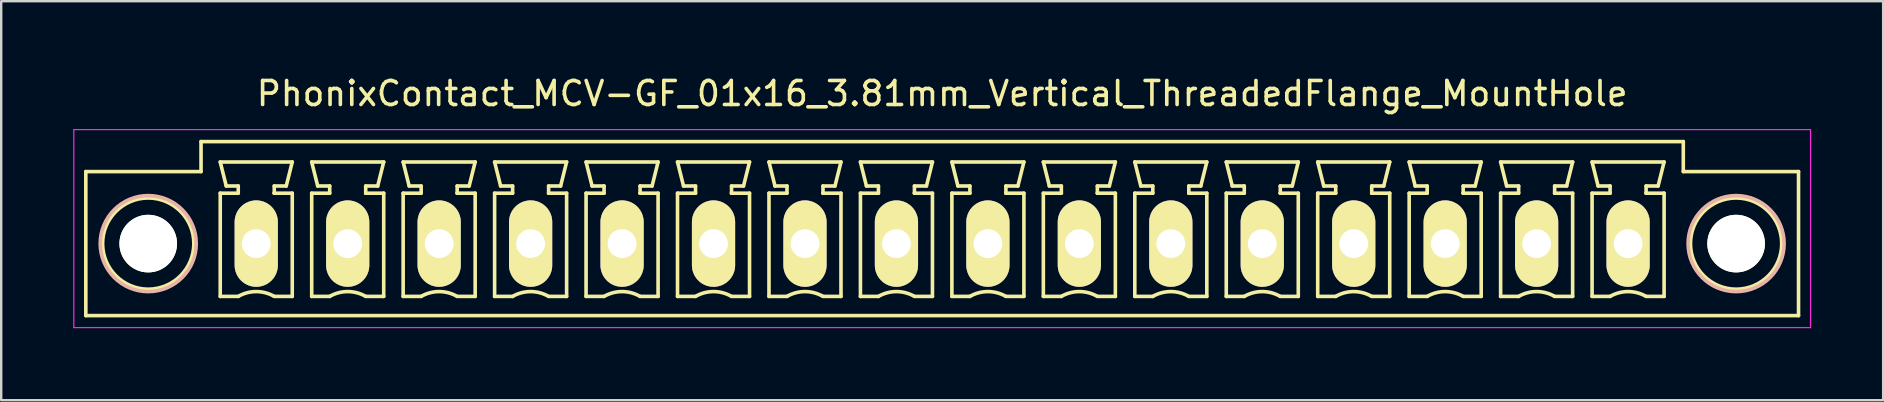
<source format=kicad_pcb>
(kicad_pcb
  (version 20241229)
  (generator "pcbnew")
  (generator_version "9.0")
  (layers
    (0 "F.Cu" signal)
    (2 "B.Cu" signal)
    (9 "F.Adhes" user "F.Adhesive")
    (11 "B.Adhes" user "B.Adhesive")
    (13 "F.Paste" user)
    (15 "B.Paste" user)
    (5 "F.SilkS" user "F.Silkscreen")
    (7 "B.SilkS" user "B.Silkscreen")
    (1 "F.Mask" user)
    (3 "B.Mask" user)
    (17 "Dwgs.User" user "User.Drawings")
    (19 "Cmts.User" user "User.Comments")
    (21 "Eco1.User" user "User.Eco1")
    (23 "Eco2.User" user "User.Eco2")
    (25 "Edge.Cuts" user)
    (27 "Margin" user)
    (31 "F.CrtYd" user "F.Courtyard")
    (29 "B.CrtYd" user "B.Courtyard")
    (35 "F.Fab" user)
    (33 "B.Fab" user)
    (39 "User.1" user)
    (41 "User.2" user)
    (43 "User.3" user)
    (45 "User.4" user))
  (footprint "PhonixContact_MCV-GF_01x16_3.81mm_Vertical_ThreadedFlange_MountHole"
    (layer "F.Cu")
    (at 7.625 7.098)
    (property "Reference" "PhonixContact_MCV-GF_01x16_3.81mm_Vertical_ThreadedFlange_MountHole" (at 28.575 -6.25 0) (layer "F.SilkS") (effects (font (size 1 1) (thickness 0.15))))
    (attr through_hole)
    (fp_line (start -7.1 -3) (end -7.1 3) (stroke (width 0.15) (type solid)) (layer "F.SilkS"))
    (fp_line (start -7.1 3) (end 64.25 3) (stroke (width 0.15) (type solid)) (layer "F.SilkS"))
    (fp_line (start -2.3 -4.25) (end -2.3 -3) (stroke (width 0.15) (type solid)) (layer "F.SilkS"))
    (fp_line (start -2.3 -3) (end -7.1 -3) (stroke (width 0.15) (type solid)) (layer "F.SilkS"))
    (fp_line (start -1.5 -3.4) (end 1.5 -3.4) (stroke (width 0.15) (type solid)) (layer "F.SilkS"))
    (fp_line (start -1.5 -2.1) (end -0.75 -2.1) (stroke (width 0.15) (type solid)) (layer "F.SilkS"))
    (fp_line (start -1.5 2.2) (end -1.5 -2.1) (stroke (width 0.15) (type solid)) (layer "F.SilkS"))
    (fp_line (start -1.25 -2.4) (end -1.5 -3.4) (stroke (width 0.15) (type solid)) (layer "F.SilkS"))
    (fp_line (start -0.75 -2.4) (end -1.25 -2.4) (stroke (width 0.15) (type solid)) (layer "F.SilkS"))
    (fp_line (start -0.75 -2.1) (end -0.75 -2.4) (stroke (width 0.15) (type solid)) (layer "F.SilkS"))
    (fp_line (start -0.75 2.2) (end -1.5 2.2) (stroke (width 0.15) (type solid)) (layer "F.SilkS"))
    (fp_line (start 0.75 -2.4) (end 0.75 -2.1) (stroke (width 0.15) (type solid)) (layer "F.SilkS"))
    (fp_line (start 0.75 -2.1) (end 0.75 -2.1) (stroke (width 0.15) (type solid)) (layer "F.SilkS"))
    (fp_line (start 0.75 -2.1) (end 1.5 -2.1) (stroke (width 0.15) (type solid)) (layer "F.SilkS"))
    (fp_line (start 1.25 -2.4) (end 0.75 -2.4) (stroke (width 0.15) (type solid)) (layer "F.SilkS"))
    (fp_line (start 1.5 -3.4) (end 1.25 -2.4) (stroke (width 0.15) (type solid)) (layer "F.SilkS"))
    (fp_line (start 1.5 -2.1) (end 1.5 2.2) (stroke (width 0.15) (type solid)) (layer "F.SilkS"))
    (fp_line (start 1.5 2.2) (end 0.75 2.2) (stroke (width 0.15) (type solid)) (layer "F.SilkS"))
    (fp_line (start 2.31 -3.4) (end 5.31 -3.4) (stroke (width 0.15) (type solid)) (layer "F.SilkS"))
    (fp_line (start 2.31 -2.1) (end 3.06 -2.1) (stroke (width 0.15) (type solid)) (layer "F.SilkS"))
    (fp_line (start 2.31 2.2) (end 2.31 -2.1) (stroke (width 0.15) (type solid)) (layer "F.SilkS"))
    (fp_line (start 2.56 -2.4) (end 2.31 -3.4) (stroke (width 0.15) (type solid)) (layer "F.SilkS"))
    (fp_line (start 3.06 -2.4) (end 2.56 -2.4) (stroke (width 0.15) (type solid)) (layer "F.SilkS"))
    (fp_line (start 3.06 -2.1) (end 3.06 -2.4) (stroke (width 0.15) (type solid)) (layer "F.SilkS"))
    (fp_line (start 3.06 2.2) (end 2.31 2.2) (stroke (width 0.15) (type solid)) (layer "F.SilkS"))
    (fp_line (start 4.56 -2.4) (end 4.56 -2.1) (stroke (width 0.15) (type solid)) (layer "F.SilkS"))
    (fp_line (start 4.56 -2.1) (end 4.56 -2.1) (stroke (width 0.15) (type solid)) (layer "F.SilkS"))
    (fp_line (start 4.56 -2.1) (end 5.31 -2.1) (stroke (width 0.15) (type solid)) (layer "F.SilkS"))
    (fp_line (start 5.06 -2.4) (end 4.56 -2.4) (stroke (width 0.15) (type solid)) (layer "F.SilkS"))
    (fp_line (start 5.31 -3.4) (end 5.06 -2.4) (stroke (width 0.15) (type solid)) (layer "F.SilkS"))
    (fp_line (start 5.31 -2.1) (end 5.31 2.2) (stroke (width 0.15) (type solid)) (layer "F.SilkS"))
    (fp_line (start 5.31 2.2) (end 4.56 2.2) (stroke (width 0.15) (type solid)) (layer "F.SilkS"))
    (fp_line (start 6.12 -3.4) (end 9.12 -3.4) (stroke (width 0.15) (type solid)) (layer "F.SilkS"))
    (fp_line (start 6.12 -2.1) (end 6.87 -2.1) (stroke (width 0.15) (type solid)) (layer "F.SilkS"))
    (fp_line (start 6.12 2.2) (end 6.12 -2.1) (stroke (width 0.15) (type solid)) (layer "F.SilkS"))
    (fp_line (start 6.37 -2.4) (end 6.12 -3.4) (stroke (width 0.15) (type solid)) (layer "F.SilkS"))
    (fp_line (start 6.87 -2.4) (end 6.37 -2.4) (stroke (width 0.15) (type solid)) (layer "F.SilkS"))
    (fp_line (start 6.87 -2.1) (end 6.87 -2.4) (stroke (width 0.15) (type solid)) (layer "F.SilkS"))
    (fp_line (start 6.87 2.2) (end 6.12 2.2) (stroke (width 0.15) (type solid)) (layer "F.SilkS"))
    (fp_line (start 8.37 -2.4) (end 8.37 -2.1) (stroke (width 0.15) (type solid)) (layer "F.SilkS"))
    (fp_line (start 8.37 -2.1) (end 8.37 -2.1) (stroke (width 0.15) (type solid)) (layer "F.SilkS"))
    (fp_line (start 8.37 -2.1) (end 9.12 -2.1) (stroke (width 0.15) (type solid)) (layer "F.SilkS"))
    (fp_line (start 8.87 -2.4) (end 8.37 -2.4) (stroke (width 0.15) (type solid)) (layer "F.SilkS"))
    (fp_line (start 9.12 -3.4) (end 8.87 -2.4) (stroke (width 0.15) (type solid)) (layer "F.SilkS"))
    (fp_line (start 9.12 -2.1) (end 9.12 2.2) (stroke (width 0.15) (type solid)) (layer "F.SilkS"))
    (fp_line (start 9.12 2.2) (end 8.37 2.2) (stroke (width 0.15) (type solid)) (layer "F.SilkS"))
    (fp_line (start 9.93 -3.4) (end 12.93 -3.4) (stroke (width 0.15) (type solid)) (layer "F.SilkS"))
    (fp_line (start 9.93 -2.1) (end 10.68 -2.1) (stroke (width 0.15) (type solid)) (layer "F.SilkS"))
    (fp_line (start 9.93 2.2) (end 9.93 -2.1) (stroke (width 0.15) (type solid)) (layer "F.SilkS"))
    (fp_line (start 10.18 -2.4) (end 9.93 -3.4) (stroke (width 0.15) (type solid)) (layer "F.SilkS"))
    (fp_line (start 10.68 -2.4) (end 10.18 -2.4) (stroke (width 0.15) (type solid)) (layer "F.SilkS"))
    (fp_line (start 10.68 -2.1) (end 10.68 -2.4) (stroke (width 0.15) (type solid)) (layer "F.SilkS"))
    (fp_line (start 10.68 2.2) (end 9.93 2.2) (stroke (width 0.15) (type solid)) (layer "F.SilkS"))
    (fp_line (start 12.18 -2.4) (end 12.18 -2.1) (stroke (width 0.15) (type solid)) (layer "F.SilkS"))
    (fp_line (start 12.18 -2.1) (end 12.18 -2.1) (stroke (width 0.15) (type solid)) (layer "F.SilkS"))
    (fp_line (start 12.18 -2.1) (end 12.93 -2.1) (stroke (width 0.15) (type solid)) (layer "F.SilkS"))
    (fp_line (start 12.68 -2.4) (end 12.18 -2.4) (stroke (width 0.15) (type solid)) (layer "F.SilkS"))
    (fp_line (start 12.93 -3.4) (end 12.68 -2.4) (stroke (width 0.15) (type solid)) (layer "F.SilkS"))
    (fp_line (start 12.93 -2.1) (end 12.93 2.2) (stroke (width 0.15) (type solid)) (layer "F.SilkS"))
    (fp_line (start 12.93 2.2) (end 12.18 2.2) (stroke (width 0.15) (type solid)) (layer "F.SilkS"))
    (fp_line (start 13.74 -3.4) (end 16.74 -3.4) (stroke (width 0.15) (type solid)) (layer "F.SilkS"))
    (fp_line (start 13.74 -2.1) (end 14.49 -2.1) (stroke (width 0.15) (type solid)) (layer "F.SilkS"))
    (fp_line (start 13.74 2.2) (end 13.74 -2.1) (stroke (width 0.15) (type solid)) (layer "F.SilkS"))
    (fp_line (start 13.99 -2.4) (end 13.74 -3.4) (stroke (width 0.15) (type solid)) (layer "F.SilkS"))
    (fp_line (start 14.49 -2.4) (end 13.99 -2.4) (stroke (width 0.15) (type solid)) (layer "F.SilkS"))
    (fp_line (start 14.49 -2.1) (end 14.49 -2.4) (stroke (width 0.15) (type solid)) (layer "F.SilkS"))
    (fp_line (start 14.49 2.2) (end 13.74 2.2) (stroke (width 0.15) (type solid)) (layer "F.SilkS"))
    (fp_line (start 15.99 -2.4) (end 15.99 -2.1) (stroke (width 0.15) (type solid)) (layer "F.SilkS"))
    (fp_line (start 15.99 -2.1) (end 15.99 -2.1) (stroke (width 0.15) (type solid)) (layer "F.SilkS"))
    (fp_line (start 15.99 -2.1) (end 16.74 -2.1) (stroke (width 0.15) (type solid)) (layer "F.SilkS"))
    (fp_line (start 16.49 -2.4) (end 15.99 -2.4) (stroke (width 0.15) (type solid)) (layer "F.SilkS"))
    (fp_line (start 16.74 -3.4) (end 16.49 -2.4) (stroke (width 0.15) (type solid)) (layer "F.SilkS"))
    (fp_line (start 16.74 -2.1) (end 16.74 2.2) (stroke (width 0.15) (type solid)) (layer "F.SilkS"))
    (fp_line (start 16.74 2.2) (end 15.99 2.2) (stroke (width 0.15) (type solid)) (layer "F.SilkS"))
    (fp_line (start 17.55 -3.4) (end 20.55 -3.4) (stroke (width 0.15) (type solid)) (layer "F.SilkS"))
    (fp_line (start 17.55 -2.1) (end 18.3 -2.1) (stroke (width 0.15) (type solid)) (layer "F.SilkS"))
    (fp_line (start 17.55 2.2) (end 17.55 -2.1) (stroke (width 0.15) (type solid)) (layer "F.SilkS"))
    (fp_line (start 17.8 -2.4) (end 17.55 -3.4) (stroke (width 0.15) (type solid)) (layer "F.SilkS"))
    (fp_line (start 18.3 -2.4) (end 17.8 -2.4) (stroke (width 0.15) (type solid)) (layer "F.SilkS"))
    (fp_line (start 18.3 -2.1) (end 18.3 -2.4) (stroke (width 0.15) (type solid)) (layer "F.SilkS"))
    (fp_line (start 18.3 2.2) (end 17.55 2.2) (stroke (width 0.15) (type solid)) (layer "F.SilkS"))
    (fp_line (start 19.8 -2.4) (end 19.8 -2.1) (stroke (width 0.15) (type solid)) (layer "F.SilkS"))
    (fp_line (start 19.8 -2.1) (end 19.8 -2.1) (stroke (width 0.15) (type solid)) (layer "F.SilkS"))
    (fp_line (start 19.8 -2.1) (end 20.55 -2.1) (stroke (width 0.15) (type solid)) (layer "F.SilkS"))
    (fp_line (start 20.3 -2.4) (end 19.8 -2.4) (stroke (width 0.15) (type solid)) (layer "F.SilkS"))
    (fp_line (start 20.55 -3.4) (end 20.3 -2.4) (stroke (width 0.15) (type solid)) (layer "F.SilkS"))
    (fp_line (start 20.55 -2.1) (end 20.55 2.2) (stroke (width 0.15) (type solid)) (layer "F.SilkS"))
    (fp_line (start 20.55 2.2) (end 19.8 2.2) (stroke (width 0.15) (type solid)) (layer "F.SilkS"))
    (fp_line (start 21.36 -3.4) (end 24.36 -3.4) (stroke (width 0.15) (type solid)) (layer "F.SilkS"))
    (fp_line (start 21.36 -2.1) (end 22.11 -2.1) (stroke (width 0.15) (type solid)) (layer "F.SilkS"))
    (fp_line (start 21.36 2.2) (end 21.36 -2.1) (stroke (width 0.15) (type solid)) (layer "F.SilkS"))
    (fp_line (start 21.61 -2.4) (end 21.36 -3.4) (stroke (width 0.15) (type solid)) (layer "F.SilkS"))
    (fp_line (start 22.11 -2.4) (end 21.61 -2.4) (stroke (width 0.15) (type solid)) (layer "F.SilkS"))
    (fp_line (start 22.11 -2.1) (end 22.11 -2.4) (stroke (width 0.15) (type solid)) (layer "F.SilkS"))
    (fp_line (start 22.11 2.2) (end 21.36 2.2) (stroke (width 0.15) (type solid)) (layer "F.SilkS"))
    (fp_line (start 23.61 -2.4) (end 23.61 -2.1) (stroke (width 0.15) (type solid)) (layer "F.SilkS"))
    (fp_line (start 23.61 -2.1) (end 23.61 -2.1) (stroke (width 0.15) (type solid)) (layer "F.SilkS"))
    (fp_line (start 23.61 -2.1) (end 24.36 -2.1) (stroke (width 0.15) (type solid)) (layer "F.SilkS"))
    (fp_line (start 24.11 -2.4) (end 23.61 -2.4) (stroke (width 0.15) (type solid)) (layer "F.SilkS"))
    (fp_line (start 24.36 -3.4) (end 24.11 -2.4) (stroke (width 0.15) (type solid)) (layer "F.SilkS"))
    (fp_line (start 24.36 -2.1) (end 24.36 2.2) (stroke (width 0.15) (type solid)) (layer "F.SilkS"))
    (fp_line (start 24.36 2.2) (end 23.61 2.2) (stroke (width 0.15) (type solid)) (layer "F.SilkS"))
    (fp_line (start 25.17 -3.4) (end 28.17 -3.4) (stroke (width 0.15) (type solid)) (layer "F.SilkS"))
    (fp_line (start 25.17 -2.1) (end 25.92 -2.1) (stroke (width 0.15) (type solid)) (layer "F.SilkS"))
    (fp_line (start 25.17 2.2) (end 25.17 -2.1) (stroke (width 0.15) (type solid)) (layer "F.SilkS"))
    (fp_line (start 25.42 -2.4) (end 25.17 -3.4) (stroke (width 0.15) (type solid)) (layer "F.SilkS"))
    (fp_line (start 25.92 -2.4) (end 25.42 -2.4) (stroke (width 0.15) (type solid)) (layer "F.SilkS"))
    (fp_line (start 25.92 -2.1) (end 25.92 -2.4) (stroke (width 0.15) (type solid)) (layer "F.SilkS"))
    (fp_line (start 25.92 2.2) (end 25.17 2.2) (stroke (width 0.15) (type solid)) (layer "F.SilkS"))
    (fp_line (start 27.42 -2.4) (end 27.42 -2.1) (stroke (width 0.15) (type solid)) (layer "F.SilkS"))
    (fp_line (start 27.42 -2.1) (end 27.42 -2.1) (stroke (width 0.15) (type solid)) (layer "F.SilkS"))
    (fp_line (start 27.42 -2.1) (end 28.17 -2.1) (stroke (width 0.15) (type solid)) (layer "F.SilkS"))
    (fp_line (start 27.92 -2.4) (end 27.42 -2.4) (stroke (width 0.15) (type solid)) (layer "F.SilkS"))
    (fp_line (start 28.17 -3.4) (end 27.92 -2.4) (stroke (width 0.15) (type solid)) (layer "F.SilkS"))
    (fp_line (start 28.17 -2.1) (end 28.17 2.2) (stroke (width 0.15) (type solid)) (layer "F.SilkS"))
    (fp_line (start 28.17 2.2) (end 27.42 2.2) (stroke (width 0.15) (type solid)) (layer "F.SilkS"))
    (fp_line (start 28.98 -3.4) (end 31.98 -3.4) (stroke (width 0.15) (type solid)) (layer "F.SilkS"))
    (fp_line (start 28.98 -2.1) (end 29.73 -2.1) (stroke (width 0.15) (type solid)) (layer "F.SilkS"))
    (fp_line (start 28.98 2.2) (end 28.98 -2.1) (stroke (width 0.15) (type solid)) (layer "F.SilkS"))
    (fp_line (start 29.23 -2.4) (end 28.98 -3.4) (stroke (width 0.15) (type solid)) (layer "F.SilkS"))
    (fp_line (start 29.73 -2.4) (end 29.23 -2.4) (stroke (width 0.15) (type solid)) (layer "F.SilkS"))
    (fp_line (start 29.73 -2.1) (end 29.73 -2.4) (stroke (width 0.15) (type solid)) (layer "F.SilkS"))
    (fp_line (start 29.73 2.2) (end 28.98 2.2) (stroke (width 0.15) (type solid)) (layer "F.SilkS"))
    (fp_line (start 31.23 -2.4) (end 31.23 -2.1) (stroke (width 0.15) (type solid)) (layer "F.SilkS"))
    (fp_line (start 31.23 -2.1) (end 31.23 -2.1) (stroke (width 0.15) (type solid)) (layer "F.SilkS"))
    (fp_line (start 31.23 -2.1) (end 31.98 -2.1) (stroke (width 0.15) (type solid)) (layer "F.SilkS"))
    (fp_line (start 31.73 -2.4) (end 31.23 -2.4) (stroke (width 0.15) (type solid)) (layer "F.SilkS"))
    (fp_line (start 31.98 -3.4) (end 31.73 -2.4) (stroke (width 0.15) (type solid)) (layer "F.SilkS"))
    (fp_line (start 31.98 -2.1) (end 31.98 2.2) (stroke (width 0.15) (type solid)) (layer "F.SilkS"))
    (fp_line (start 31.98 2.2) (end 31.23 2.2) (stroke (width 0.15) (type solid)) (layer "F.SilkS"))
    (fp_line (start 32.79 -3.4) (end 35.79 -3.4) (stroke (width 0.15) (type solid)) (layer "F.SilkS"))
    (fp_line (start 32.79 -2.1) (end 33.54 -2.1) (stroke (width 0.15) (type solid)) (layer "F.SilkS"))
    (fp_line (start 32.79 2.2) (end 32.79 -2.1) (stroke (width 0.15) (type solid)) (layer "F.SilkS"))
    (fp_line (start 33.04 -2.4) (end 32.79 -3.4) (stroke (width 0.15) (type solid)) (layer "F.SilkS"))
    (fp_line (start 33.54 -2.4) (end 33.04 -2.4) (stroke (width 0.15) (type solid)) (layer "F.SilkS"))
    (fp_line (start 33.54 -2.1) (end 33.54 -2.4) (stroke (width 0.15) (type solid)) (layer "F.SilkS"))
    (fp_line (start 33.54 2.2) (end 32.79 2.2) (stroke (width 0.15) (type solid)) (layer "F.SilkS"))
    (fp_line (start 35.04 -2.4) (end 35.04 -2.1) (stroke (width 0.15) (type solid)) (layer "F.SilkS"))
    (fp_line (start 35.04 -2.1) (end 35.04 -2.1) (stroke (width 0.15) (type solid)) (layer "F.SilkS"))
    (fp_line (start 35.04 -2.1) (end 35.79 -2.1) (stroke (width 0.15) (type solid)) (layer "F.SilkS"))
    (fp_line (start 35.54 -2.4) (end 35.04 -2.4) (stroke (width 0.15) (type solid)) (layer "F.SilkS"))
    (fp_line (start 35.79 -3.4) (end 35.54 -2.4) (stroke (width 0.15) (type solid)) (layer "F.SilkS"))
    (fp_line (start 35.79 -2.1) (end 35.79 2.2) (stroke (width 0.15) (type solid)) (layer "F.SilkS"))
    (fp_line (start 35.79 2.2) (end 35.04 2.2) (stroke (width 0.15) (type solid)) (layer "F.SilkS"))
    (fp_line (start 36.6 -3.4) (end 39.6 -3.4) (stroke (width 0.15) (type solid)) (layer "F.SilkS"))
    (fp_line (start 36.6 -2.1) (end 37.35 -2.1) (stroke (width 0.15) (type solid)) (layer "F.SilkS"))
    (fp_line (start 36.6 2.2) (end 36.6 -2.1) (stroke (width 0.15) (type solid)) (layer "F.SilkS"))
    (fp_line (start 36.85 -2.4) (end 36.6 -3.4) (stroke (width 0.15) (type solid)) (layer "F.SilkS"))
    (fp_line (start 37.35 -2.4) (end 36.85 -2.4) (stroke (width 0.15) (type solid)) (layer "F.SilkS"))
    (fp_line (start 37.35 -2.1) (end 37.35 -2.4) (stroke (width 0.15) (type solid)) (layer "F.SilkS"))
    (fp_line (start 37.35 2.2) (end 36.6 2.2) (stroke (width 0.15) (type solid)) (layer "F.SilkS"))
    (fp_line (start 38.85 -2.4) (end 38.85 -2.1) (stroke (width 0.15) (type solid)) (layer "F.SilkS"))
    (fp_line (start 38.85 -2.1) (end 38.85 -2.1) (stroke (width 0.15) (type solid)) (layer "F.SilkS"))
    (fp_line (start 38.85 -2.1) (end 39.6 -2.1) (stroke (width 0.15) (type solid)) (layer "F.SilkS"))
    (fp_line (start 39.35 -2.4) (end 38.85 -2.4) (stroke (width 0.15) (type solid)) (layer "F.SilkS"))
    (fp_line (start 39.6 -3.4) (end 39.35 -2.4) (stroke (width 0.15) (type solid)) (layer "F.SilkS"))
    (fp_line (start 39.6 -2.1) (end 39.6 2.2) (stroke (width 0.15) (type solid)) (layer "F.SilkS"))
    (fp_line (start 39.6 2.2) (end 38.85 2.2) (stroke (width 0.15) (type solid)) (layer "F.SilkS"))
    (fp_line (start 40.41 -3.4) (end 43.41 -3.4) (stroke (width 0.15) (type solid)) (layer "F.SilkS"))
    (fp_line (start 40.41 -2.1) (end 41.16 -2.1) (stroke (width 0.15) (type solid)) (layer "F.SilkS"))
    (fp_line (start 40.41 2.2) (end 40.41 -2.1) (stroke (width 0.15) (type solid)) (layer "F.SilkS"))
    (fp_line (start 40.66 -2.4) (end 40.41 -3.4) (stroke (width 0.15) (type solid)) (layer "F.SilkS"))
    (fp_line (start 41.16 -2.4) (end 40.66 -2.4) (stroke (width 0.15) (type solid)) (layer "F.SilkS"))
    (fp_line (start 41.16 -2.1) (end 41.16 -2.4) (stroke (width 0.15) (type solid)) (layer "F.SilkS"))
    (fp_line (start 41.16 2.2) (end 40.41 2.2) (stroke (width 0.15) (type solid)) (layer "F.SilkS"))
    (fp_line (start 42.66 -2.4) (end 42.66 -2.1) (stroke (width 0.15) (type solid)) (layer "F.SilkS"))
    (fp_line (start 42.66 -2.1) (end 42.66 -2.1) (stroke (width 0.15) (type solid)) (layer "F.SilkS"))
    (fp_line (start 42.66 -2.1) (end 43.41 -2.1) (stroke (width 0.15) (type solid)) (layer "F.SilkS"))
    (fp_line (start 43.16 -2.4) (end 42.66 -2.4) (stroke (width 0.15) (type solid)) (layer "F.SilkS"))
    (fp_line (start 43.41 -3.4) (end 43.16 -2.4) (stroke (width 0.15) (type solid)) (layer "F.SilkS"))
    (fp_line (start 43.41 -2.1) (end 43.41 2.2) (stroke (width 0.15) (type solid)) (layer "F.SilkS"))
    (fp_line (start 43.41 2.2) (end 42.66 2.2) (stroke (width 0.15) (type solid)) (layer "F.SilkS"))
    (fp_line (start 44.22 -3.4) (end 47.22 -3.4) (stroke (width 0.15) (type solid)) (layer "F.SilkS"))
    (fp_line (start 44.22 -2.1) (end 44.97 -2.1) (stroke (width 0.15) (type solid)) (layer "F.SilkS"))
    (fp_line (start 44.22 2.2) (end 44.22 -2.1) (stroke (width 0.15) (type solid)) (layer "F.SilkS"))
    (fp_line (start 44.47 -2.4) (end 44.22 -3.4) (stroke (width 0.15) (type solid)) (layer "F.SilkS"))
    (fp_line (start 44.97 -2.4) (end 44.47 -2.4) (stroke (width 0.15) (type solid)) (layer "F.SilkS"))
    (fp_line (start 44.97 -2.1) (end 44.97 -2.4) (stroke (width 0.15) (type solid)) (layer "F.SilkS"))
    (fp_line (start 44.97 2.2) (end 44.22 2.2) (stroke (width 0.15) (type solid)) (layer "F.SilkS"))
    (fp_line (start 46.47 -2.4) (end 46.47 -2.1) (stroke (width 0.15) (type solid)) (layer "F.SilkS"))
    (fp_line (start 46.47 -2.1) (end 46.47 -2.1) (stroke (width 0.15) (type solid)) (layer "F.SilkS"))
    (fp_line (start 46.47 -2.1) (end 47.22 -2.1) (stroke (width 0.15) (type solid)) (layer "F.SilkS"))
    (fp_line (start 46.97 -2.4) (end 46.47 -2.4) (stroke (width 0.15) (type solid)) (layer "F.SilkS"))
    (fp_line (start 47.22 -3.4) (end 46.97 -2.4) (stroke (width 0.15) (type solid)) (layer "F.SilkS"))
    (fp_line (start 47.22 -2.1) (end 47.22 2.2) (stroke (width 0.15) (type solid)) (layer "F.SilkS"))
    (fp_line (start 47.22 2.2) (end 46.47 2.2) (stroke (width 0.15) (type solid)) (layer "F.SilkS"))
    (fp_line (start 48.03 -3.4) (end 51.03 -3.4) (stroke (width 0.15) (type solid)) (layer "F.SilkS"))
    (fp_line (start 48.03 -2.1) (end 48.78 -2.1) (stroke (width 0.15) (type solid)) (layer "F.SilkS"))
    (fp_line (start 48.03 2.2) (end 48.03 -2.1) (stroke (width 0.15) (type solid)) (layer "F.SilkS"))
    (fp_line (start 48.28 -2.4) (end 48.03 -3.4) (stroke (width 0.15) (type solid)) (layer "F.SilkS"))
    (fp_line (start 48.78 -2.4) (end 48.28 -2.4) (stroke (width 0.15) (type solid)) (layer "F.SilkS"))
    (fp_line (start 48.78 -2.1) (end 48.78 -2.4) (stroke (width 0.15) (type solid)) (layer "F.SilkS"))
    (fp_line (start 48.78 2.2) (end 48.03 2.2) (stroke (width 0.15) (type solid)) (layer "F.SilkS"))
    (fp_line (start 50.28 -2.4) (end 50.28 -2.1) (stroke (width 0.15) (type solid)) (layer "F.SilkS"))
    (fp_line (start 50.28 -2.1) (end 50.28 -2.1) (stroke (width 0.15) (type solid)) (layer "F.SilkS"))
    (fp_line (start 50.28 -2.1) (end 51.03 -2.1) (stroke (width 0.15) (type solid)) (layer "F.SilkS"))
    (fp_line (start 50.78 -2.4) (end 50.28 -2.4) (stroke (width 0.15) (type solid)) (layer "F.SilkS"))
    (fp_line (start 51.03 -3.4) (end 50.78 -2.4) (stroke (width 0.15) (type solid)) (layer "F.SilkS"))
    (fp_line (start 51.03 -2.1) (end 51.03 2.2) (stroke (width 0.15) (type solid)) (layer "F.SilkS"))
    (fp_line (start 51.03 2.2) (end 50.28 2.2) (stroke (width 0.15) (type solid)) (layer "F.SilkS"))
    (fp_line (start 51.84 -3.4) (end 54.84 -3.4) (stroke (width 0.15) (type solid)) (layer "F.SilkS"))
    (fp_line (start 51.84 -2.1) (end 52.59 -2.1) (stroke (width 0.15) (type solid)) (layer "F.SilkS"))
    (fp_line (start 51.84 2.2) (end 51.84 -2.1) (stroke (width 0.15) (type solid)) (layer "F.SilkS"))
    (fp_line (start 52.09 -2.4) (end 51.84 -3.4) (stroke (width 0.15) (type solid)) (layer "F.SilkS"))
    (fp_line (start 52.59 -2.4) (end 52.09 -2.4) (stroke (width 0.15) (type solid)) (layer "F.SilkS"))
    (fp_line (start 52.59 -2.1) (end 52.59 -2.4) (stroke (width 0.15) (type solid)) (layer "F.SilkS"))
    (fp_line (start 52.59 2.2) (end 51.84 2.2) (stroke (width 0.15) (type solid)) (layer "F.SilkS"))
    (fp_line (start 54.09 -2.4) (end 54.09 -2.1) (stroke (width 0.15) (type solid)) (layer "F.SilkS"))
    (fp_line (start 54.09 -2.1) (end 54.09 -2.1) (stroke (width 0.15) (type solid)) (layer "F.SilkS"))
    (fp_line (start 54.09 -2.1) (end 54.84 -2.1) (stroke (width 0.15) (type solid)) (layer "F.SilkS"))
    (fp_line (start 54.59 -2.4) (end 54.09 -2.4) (stroke (width 0.15) (type solid)) (layer "F.SilkS"))
    (fp_line (start 54.84 -3.4) (end 54.59 -2.4) (stroke (width 0.15) (type solid)) (layer "F.SilkS"))
    (fp_line (start 54.84 -2.1) (end 54.84 2.2) (stroke (width 0.15) (type solid)) (layer "F.SilkS"))
    (fp_line (start 54.84 2.2) (end 54.09 2.2) (stroke (width 0.15) (type solid)) (layer "F.SilkS"))
    (fp_line (start 55.65 -3.4) (end 58.65 -3.4) (stroke (width 0.15) (type solid)) (layer "F.SilkS"))
    (fp_line (start 55.65 -2.1) (end 56.4 -2.1) (stroke (width 0.15) (type solid)) (layer "F.SilkS"))
    (fp_line (start 55.65 2.2) (end 55.65 -2.1) (stroke (width 0.15) (type solid)) (layer "F.SilkS"))
    (fp_line (start 55.9 -2.4) (end 55.65 -3.4) (stroke (width 0.15) (type solid)) (layer "F.SilkS"))
    (fp_line (start 56.4 -2.4) (end 55.9 -2.4) (stroke (width 0.15) (type solid)) (layer "F.SilkS"))
    (fp_line (start 56.4 -2.1) (end 56.4 -2.4) (stroke (width 0.15) (type solid)) (layer "F.SilkS"))
    (fp_line (start 56.4 2.2) (end 55.65 2.2) (stroke (width 0.15) (type solid)) (layer "F.SilkS"))
    (fp_line (start 57.9 -2.4) (end 57.9 -2.1) (stroke (width 0.15) (type solid)) (layer "F.SilkS"))
    (fp_line (start 57.9 -2.1) (end 57.9 -2.1) (stroke (width 0.15) (type solid)) (layer "F.SilkS"))
    (fp_line (start 57.9 -2.1) (end 58.65 -2.1) (stroke (width 0.15) (type solid)) (layer "F.SilkS"))
    (fp_line (start 58.4 -2.4) (end 57.9 -2.4) (stroke (width 0.15) (type solid)) (layer "F.SilkS"))
    (fp_line (start 58.65 -3.4) (end 58.4 -2.4) (stroke (width 0.15) (type solid)) (layer "F.SilkS"))
    (fp_line (start 58.65 -2.1) (end 58.65 2.2) (stroke (width 0.15) (type solid)) (layer "F.SilkS"))
    (fp_line (start 58.65 2.2) (end 57.9 2.2) (stroke (width 0.15) (type solid)) (layer "F.SilkS"))
    (fp_line (start 59.45 -4.25) (end -2.3 -4.25) (stroke (width 0.15) (type solid)) (layer "F.SilkS"))
    (fp_line (start 59.45 -3) (end 59.45 -4.25) (stroke (width 0.15) (type solid)) (layer "F.SilkS"))
    (fp_line (start 64.25 -3) (end 59.45 -3) (stroke (width 0.15) (type solid)) (layer "F.SilkS"))
    (fp_line (start 64.25 3) (end 64.25 -3) (stroke (width 0.15) (type solid)) (layer "F.SilkS"))
    (fp_arc (start -0.75 2.2) (mid -0.006068 1.999179) (end 0.739464 2.193978) (stroke (width 0.15) (type solid)) (layer "F.SilkS"))
    (fp_arc (start 3.06 2.2) (mid 3.803932 1.999179) (end 4.549464 2.193978) (stroke (width 0.15) (type solid)) (layer "F.SilkS"))
    (fp_arc (start 6.87 2.2) (mid 7.613932 1.999179) (end 8.359464 2.193978) (stroke (width 0.15) (type solid)) (layer "F.SilkS"))
    (fp_arc (start 10.68 2.2) (mid 11.423932 1.999179) (end 12.169464 2.193978) (stroke (width 0.15) (type solid)) (layer "F.SilkS"))
    (fp_arc (start 14.49 2.2) (mid 15.233932 1.999179) (end 15.979464 2.193978) (stroke (width 0.15) (type solid)) (layer "F.SilkS"))
    (fp_arc (start 18.3 2.2) (mid 19.043932 1.999179) (end 19.789464 2.193978) (stroke (width 0.15) (type solid)) (layer "F.SilkS"))
    (fp_arc (start 22.11 2.2) (mid 22.853932 1.999179) (end 23.599464 2.193978) (stroke (width 0.15) (type solid)) (layer "F.SilkS"))
    (fp_arc (start 25.92 2.2) (mid 26.663932 1.999179) (end 27.409464 2.193978) (stroke (width 0.15) (type solid)) (layer "F.SilkS"))
    (fp_arc (start 29.73 2.2) (mid 30.473932 1.999179) (end 31.219464 2.193978) (stroke (width 0.15) (type solid)) (layer "F.SilkS"))
    (fp_arc (start 33.54 2.2) (mid 34.283932 1.999179) (end 35.029464 2.193978) (stroke (width 0.15) (type solid)) (layer "F.SilkS"))
    (fp_arc (start 37.35 2.2) (mid 38.093932 1.999179) (end 38.839464 2.193978) (stroke (width 0.15) (type solid)) (layer "F.SilkS"))
    (fp_arc (start 41.16 2.2) (mid 41.903932 1.999179) (end 42.649464 2.193978) (stroke (width 0.15) (type solid)) (layer "F.SilkS"))
    (fp_arc (start 44.97 2.2) (mid 45.713932 1.999179) (end 46.459464 2.193978) (stroke (width 0.15) (type solid)) (layer "F.SilkS"))
    (fp_arc (start 48.78 2.2) (mid 49.523932 1.999179) (end 50.269464 2.193978) (stroke (width 0.15) (type solid)) (layer "F.SilkS"))
    (fp_arc (start 52.59 2.2) (mid 53.333932 1.999179) (end 54.079464 2.193978) (stroke (width 0.15) (type solid)) (layer "F.SilkS"))
    (fp_arc (start 56.4 2.2) (mid 57.143932 1.999179) (end 57.889464 2.193978) (stroke (width 0.15) (type solid)) (layer "F.SilkS"))
    (fp_circle (center -4.5 0) (end -2.6 0) (stroke (width 0.15) (type solid)) (fill no) (layer "F.SilkS"))
    (fp_circle (center 61.65 0) (end 63.55 0) (stroke (width 0.15) (type solid)) (fill no) (layer "F.SilkS"))
    (fp_circle (center -4.5 0) (end -2.5 0) (stroke (width 0.15) (type solid)) (fill no) (layer "B.SilkS"))
    (fp_circle (center 61.65 0) (end 63.65 0) (stroke (width 0.15) (type solid)) (fill no) (layer "B.SilkS"))
    (fp_line (start -7.6 -4.75) (end -7.6 3.5) (stroke (width 0.05) (type solid)) (layer "F.CrtYd"))
    (fp_line (start -7.6 3.5) (end 64.75 3.5) (stroke (width 0.05) (type solid)) (layer "F.CrtYd"))
    (fp_line (start 64.75 -4.75) (end -7.6 -4.75) (stroke (width 0.05) (type solid)) (layer "F.CrtYd"))
    (fp_line (start 64.75 3.5) (end 64.75 -4.75) (stroke (width 0.05) (type solid)) (layer "F.CrtYd"))
    (pad "" np_thru_hole circle (at -4.5 0) (size 2.4 2.4) (drill 2.4) (layers "*.Cu" "*.Mask" "F.SilkS"))
    (pad "" np_thru_hole circle (at 61.65 0) (size 2.4 2.4) (drill 2.4) (layers "*.Cu" "*.Mask" "F.SilkS"))
    (pad "1" thru_hole oval (at 0 0) (size 1.8 3.6) (drill 1.2) (layers "*.Cu" "*.Mask" "F.SilkS"))
    (pad "2" thru_hole oval (at 3.81 0) (size 1.8 3.6) (drill 1.2) (layers "*.Cu" "*.Mask" "F.SilkS"))
    (pad "3" thru_hole oval (at 7.62 0) (size 1.8 3.6) (drill 1.2) (layers "*.Cu" "*.Mask" "F.SilkS"))
    (pad "4" thru_hole oval (at 11.43 0) (size 1.8 3.6) (drill 1.2) (layers "*.Cu" "*.Mask" "F.SilkS"))
    (pad "5" thru_hole oval (at 15.24 0) (size 1.8 3.6) (drill 1.2) (layers "*.Cu" "*.Mask" "F.SilkS"))
    (pad "6" thru_hole oval (at 19.05 0) (size 1.8 3.6) (drill 1.2) (layers "*.Cu" "*.Mask" "F.SilkS"))
    (pad "7" thru_hole oval (at 22.86 0) (size 1.8 3.6) (drill 1.2) (layers "*.Cu" "*.Mask" "F.SilkS"))
    (pad "8" thru_hole oval (at 26.67 0) (size 1.8 3.6) (drill 1.2) (layers "*.Cu" "*.Mask" "F.SilkS"))
    (pad "9" thru_hole oval (at 30.48 0) (size 1.8 3.6) (drill 1.2) (layers "*.Cu" "*.Mask" "F.SilkS"))
    (pad "10" thru_hole oval (at 34.29 0) (size 1.8 3.6) (drill 1.2) (layers "*.Cu" "*.Mask" "F.SilkS"))
    (pad "11" thru_hole oval (at 38.1 0) (size 1.8 3.6) (drill 1.2) (layers "*.Cu" "*.Mask" "F.SilkS"))
    (pad "12" thru_hole oval (at 41.91 0) (size 1.8 3.6) (drill 1.2) (layers "*.Cu" "*.Mask" "F.SilkS"))
    (pad "13" thru_hole oval (at 45.72 0) (size 1.8 3.6) (drill 1.2) (layers "*.Cu" "*.Mask" "F.SilkS"))
    (pad "14" thru_hole oval (at 49.53 0) (size 1.8 3.6) (drill 1.2) (layers "*.Cu" "*.Mask" "F.SilkS"))
    (pad "15" thru_hole oval (at 53.34 0) (size 1.8 3.6) (drill 1.2) (layers "*.Cu" "*.Mask" "F.SilkS"))
    (pad "16" thru_hole oval (at 57.15 0) (size 1.8 3.6) (drill 1.2) (layers "*.Cu" "*.Mask" "F.SilkS")))
  (gr_rect
    (start -3 -3)
    (end 75.4 13.623)
    (stroke (width 0.1) (type default))
    (fill no)
    (layer "Edge.Cuts")))
</source>
